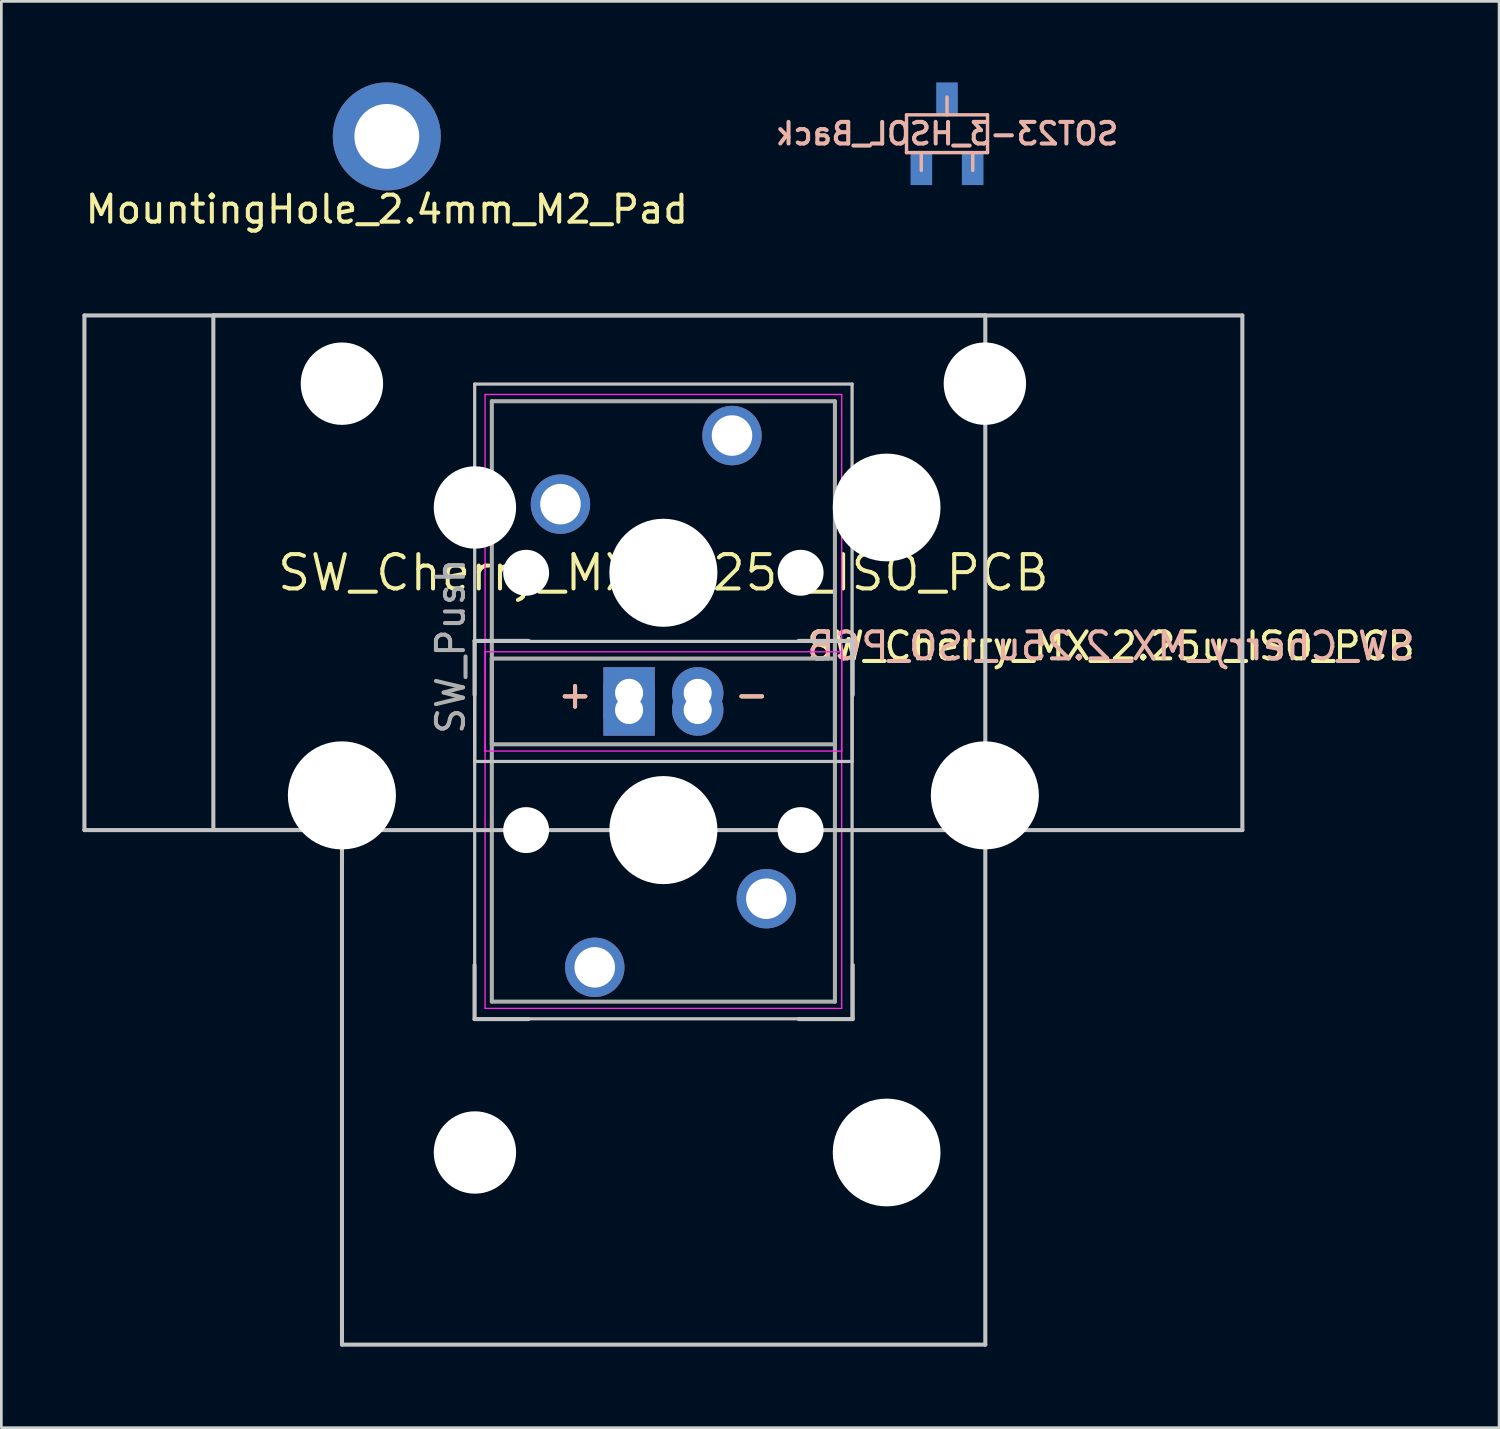
<source format=kicad_pcb>
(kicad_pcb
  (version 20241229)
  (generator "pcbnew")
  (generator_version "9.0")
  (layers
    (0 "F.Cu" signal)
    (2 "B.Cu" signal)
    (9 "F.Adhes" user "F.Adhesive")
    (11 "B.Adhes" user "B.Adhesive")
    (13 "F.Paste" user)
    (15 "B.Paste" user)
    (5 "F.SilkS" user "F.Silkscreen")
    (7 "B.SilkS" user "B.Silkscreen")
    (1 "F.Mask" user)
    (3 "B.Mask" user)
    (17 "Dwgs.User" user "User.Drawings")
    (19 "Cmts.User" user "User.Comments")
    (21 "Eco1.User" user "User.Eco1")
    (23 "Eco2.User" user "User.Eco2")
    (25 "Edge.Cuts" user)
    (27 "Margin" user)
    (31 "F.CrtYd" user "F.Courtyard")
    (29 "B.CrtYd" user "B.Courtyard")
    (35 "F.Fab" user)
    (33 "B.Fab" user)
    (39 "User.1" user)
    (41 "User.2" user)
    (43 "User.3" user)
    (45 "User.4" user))
  (footprint "SW_Cherry_MX_2.25u_ISO_PCB"
    (layer "F.Cu")
    (at 21.506 18.152)
    (property "Reference" "SW_Cherry_MX_2.25u_ISO_PCB" (at 0 0 0) (layer "F.SilkS") (effects (font (size 1.27 1.27) (thickness 0.15))))
    (attr through_hole)
    (fp_line (start -21.431 -9.525) (end 21.431 -9.525) (stroke (width 0.15) (type solid)) (layer "Dwgs.User"))
    (fp_line (start -21.431 9.525) (end -21.431 -9.525) (stroke (width 0.15) (type solid)) (layer "Dwgs.User"))
    (fp_line (start -16.659 -9.529) (end -16.659 9.521) (stroke (width 0.15) (type solid)) (layer "Dwgs.User"))
    (fp_line (start -16.659 -9.529) (end 11.916 -9.529) (stroke (width 0.15) (type solid)) (layer "Dwgs.User"))
    (fp_line (start -11.897 9.521) (end -16.659 9.521) (stroke (width 0.15) (type solid)) (layer "Dwgs.User"))
    (fp_line (start -11.897 28.571) (end -11.897 9.521) (stroke (width 0.15) (type solid)) (layer "Dwgs.User"))
    (fp_line (start -11.897 28.571) (end 11.916 28.571) (stroke (width 0.15) (type solid)) (layer "Dwgs.User"))
    (fp_line (start -6.991 2.521) (end -6.991 4.521) (stroke (width 0.15) (type solid)) (layer "Dwgs.User"))
    (fp_line (start -6.991 14.521) (end -6.991 16.521) (stroke (width 0.15) (type solid)) (layer "Dwgs.User"))
    (fp_line (start -6.991 16.521) (end -4.991 16.521) (stroke (width 0.15) (type solid)) (layer "Dwgs.User"))
    (fp_line (start -6.985 -6.985) (end 6.985 -6.985) (stroke (width 0.12) (type solid)) (layer "Dwgs.User"))
    (fp_line (start -6.985 2.54) (end 6.985 2.54) (stroke (width 0.12) (type solid)) (layer "Dwgs.User"))
    (fp_line (start -6.985 6.985) (end -6.985 -6.985) (stroke (width 0.12) (type solid)) (layer "Dwgs.User"))
    (fp_line (start -6.985 16.51) (end -6.985 2.54) (stroke (width 0.12) (type solid)) (layer "Dwgs.User"))
    (fp_line (start -4.991 2.521) (end -6.991 2.521) (stroke (width 0.15) (type solid)) (layer "Dwgs.User"))
    (fp_line (start 5.009 2.521) (end 7.009 2.521) (stroke (width 0.15) (type solid)) (layer "Dwgs.User"))
    (fp_line (start 5.009 16.521) (end 7.009 16.521) (stroke (width 0.15) (type solid)) (layer "Dwgs.User"))
    (fp_line (start 6.985 -6.985) (end 6.985 6.985) (stroke (width 0.12) (type solid)) (layer "Dwgs.User"))
    (fp_line (start 6.985 2.54) (end 6.985 16.51) (stroke (width 0.12) (type solid)) (layer "Dwgs.User"))
    (fp_line (start 6.985 6.985) (end -6.985 6.985) (stroke (width 0.12) (type solid)) (layer "Dwgs.User"))
    (fp_line (start 6.985 16.51) (end -6.985 16.51) (stroke (width 0.12) (type solid)) (layer "Dwgs.User"))
    (fp_line (start 7.009 2.521) (end 7.009 4.521) (stroke (width 0.15) (type solid)) (layer "Dwgs.User"))
    (fp_line (start 7.009 16.521) (end 7.009 14.521) (stroke (width 0.15) (type solid)) (layer "Dwgs.User"))
    (fp_line (start 11.916 -9.529) (end 11.916 28.571) (stroke (width 0.15) (type solid)) (layer "Dwgs.User"))
    (fp_line (start 21.431 -9.525) (end 21.431 9.525) (stroke (width 0.15) (type solid)) (layer "Dwgs.User"))
    (fp_line (start 21.431 9.525) (end -21.431 9.525) (stroke (width 0.15) (type solid)) (layer "Dwgs.User"))
    (fp_line (start -16.129 -2.286) (end -15.265 -2.286) (stroke (width 0.05) (type solid)) (layer "Eco1.User"))
    (fp_line (start -16.129 0.508) (end -16.129 -2.286) (stroke (width 0.05) (type solid)) (layer "Eco1.User"))
    (fp_line (start -15.265 -5.69) (end -8.611 -5.69) (stroke (width 0.05) (type solid)) (layer "Eco1.User"))
    (fp_line (start -15.265 -2.286) (end -15.265 -5.69) (stroke (width 0.05) (type solid)) (layer "Eco1.User"))
    (fp_line (start -15.265 0.508) (end -16.129 0.508) (stroke (width 0.05) (type solid)) (layer "Eco1.User"))
    (fp_line (start -15.265 6.604) (end -15.265 0.508) (stroke (width 0.05) (type solid)) (layer "Eco1.User"))
    (fp_line (start -14.224 6.604) (end -15.265 6.604) (stroke (width 0.05) (type solid)) (layer "Eco1.User"))
    (fp_line (start -14.224 7.772) (end -14.224 6.604) (stroke (width 0.05) (type solid)) (layer "Eco1.User"))
    (fp_line (start -9.652 6.604) (end -9.652 7.772) (stroke (width 0.05) (type solid)) (layer "Eco1.User"))
    (fp_line (start -9.652 7.772) (end -14.224 7.772) (stroke (width 0.05) (type solid)) (layer "Eco1.User"))
    (fp_line (start -8.611 -5.69) (end -8.611 -4.877) (stroke (width 0.05) (type solid)) (layer "Eco1.User"))
    (fp_line (start -8.611 -4.877) (end -6.985 -4.877) (stroke (width 0.05) (type solid)) (layer "Eco1.User"))
    (fp_line (start -8.611 5.817) (end -8.611 6.604) (stroke (width 0.05) (type solid)) (layer "Eco1.User"))
    (fp_line (start -8.611 6.604) (end -9.652 6.604) (stroke (width 0.05) (type solid)) (layer "Eco1.User"))
    (fp_line (start -6.985 -6.985) (end 7 -6.985) (stroke (width 0.05) (type solid)) (layer "Eco1.User"))
    (fp_line (start -6.985 -4.877) (end -6.985 -6.985) (stroke (width 0.05) (type solid)) (layer "Eco1.User"))
    (fp_line (start -6.985 5.817) (end -8.611 5.817) (stroke (width 0.05) (type solid)) (layer "Eco1.User"))
    (fp_line (start -6.985 16.51) (end -6.985 5.817) (stroke (width 0.05) (type solid)) (layer "Eco1.User"))
    (fp_line (start -5.69 18.136) (end -4.877 18.136) (stroke (width 0.05) (type solid)) (layer "Eco1.User"))
    (fp_line (start -5.69 24.79) (end -5.69 18.136) (stroke (width 0.05) (type solid)) (layer "Eco1.User"))
    (fp_line (start -4.877 16.51) (end -6.985 16.51) (stroke (width 0.05) (type solid)) (layer "Eco1.User"))
    (fp_line (start -4.877 18.136) (end -4.877 16.51) (stroke (width 0.05) (type solid)) (layer "Eco1.User"))
    (fp_line (start -2.286 24.79) (end -5.69 24.79) (stroke (width 0.05) (type solid)) (layer "Eco1.User"))
    (fp_line (start -2.286 25.654) (end -2.286 24.79) (stroke (width 0.05) (type solid)) (layer "Eco1.User"))
    (fp_line (start 0.508 24.79) (end 0.508 25.654) (stroke (width 0.05) (type solid)) (layer "Eco1.User"))
    (fp_line (start 0.508 25.654) (end -2.286 25.654) (stroke (width 0.05) (type solid)) (layer "Eco1.User"))
    (fp_line (start 5.817 16.51) (end 5.817 18.136) (stroke (width 0.05) (type solid)) (layer "Eco1.User"))
    (fp_line (start 5.817 18.136) (end 6.604 18.136) (stroke (width 0.05) (type solid)) (layer "Eco1.User"))
    (fp_line (start 6.604 18.136) (end 6.604 19.177) (stroke (width 0.05) (type solid)) (layer "Eco1.User"))
    (fp_line (start 6.604 19.177) (end 7.772 19.177) (stroke (width 0.05) (type solid)) (layer "Eco1.User"))
    (fp_line (start 6.604 23.749) (end 6.604 24.79) (stroke (width 0.05) (type solid)) (layer "Eco1.User"))
    (fp_line (start 6.604 24.79) (end 0.508 24.79) (stroke (width 0.05) (type solid)) (layer "Eco1.User"))
    (fp_line (start 7 -6.985) (end 7 -4.877) (stroke (width 0.05) (type solid)) (layer "Eco1.User"))
    (fp_line (start 7 -4.877) (end 8.611 -4.877) (stroke (width 0.05) (type solid)) (layer "Eco1.User"))
    (fp_line (start 7 5.817) (end 7 16.51) (stroke (width 0.05) (type solid)) (layer "Eco1.User"))
    (fp_line (start 7 16.51) (end 5.817 16.51) (stroke (width 0.05) (type solid)) (layer "Eco1.User"))
    (fp_line (start 7.772 19.177) (end 7.772 23.749) (stroke (width 0.05) (type solid)) (layer "Eco1.User"))
    (fp_line (start 7.772 23.749) (end 6.604 23.749) (stroke (width 0.05) (type solid)) (layer "Eco1.User"))
    (fp_line (start 8.611 -5.69) (end 15.265 -5.69) (stroke (width 0.05) (type solid)) (layer "Eco1.User"))
    (fp_line (start 8.611 -4.877) (end 8.611 -5.69) (stroke (width 0.05) (type solid)) (layer "Eco1.User"))
    (fp_line (start 8.611 5.817) (end 7 5.817) (stroke (width 0.05) (type solid)) (layer "Eco1.User"))
    (fp_line (start 8.611 6.604) (end 8.611 5.817) (stroke (width 0.05) (type solid)) (layer "Eco1.User"))
    (fp_line (start 9.652 6.604) (end 8.611 6.604) (stroke (width 0.05) (type solid)) (layer "Eco1.User"))
    (fp_line (start 9.652 7.772) (end 9.652 6.604) (stroke (width 0.05) (type solid)) (layer "Eco1.User"))
    (fp_line (start 14.224 6.604) (end 14.224 7.772) (stroke (width 0.05) (type solid)) (layer "Eco1.User"))
    (fp_line (start 14.224 7.772) (end 9.652 7.772) (stroke (width 0.05) (type solid)) (layer "Eco1.User"))
    (fp_line (start 15.265 -5.69) (end 15.265 -2.286) (stroke (width 0.05) (type solid)) (layer "Eco1.User"))
    (fp_line (start 15.265 -2.286) (end 16.129 -2.286) (stroke (width 0.05) (type solid)) (layer "Eco1.User"))
    (fp_line (start 15.265 0.508) (end 15.265 6.604) (stroke (width 0.05) (type solid)) (layer "Eco1.User"))
    (fp_line (start 15.265 6.604) (end 14.224 6.604) (stroke (width 0.05) (type solid)) (layer "Eco1.User"))
    (fp_line (start 16.129 -2.286) (end 16.129 0.508) (stroke (width 0.05) (type solid)) (layer "Eco1.User"))
    (fp_line (start 16.129 0.508) (end 15.265 0.508) (stroke (width 0.05) (type solid)) (layer "Eco1.User"))
    (fp_line (start -6.6 -6.6) (end 6.6 -6.6) (stroke (width 0.05) (type solid)) (layer "F.CrtYd"))
    (fp_line (start -6.6 2.925) (end 6.6 2.925) (stroke (width 0.05) (type solid)) (layer "F.CrtYd"))
    (fp_line (start -6.6 6.6) (end -6.6 -6.6) (stroke (width 0.05) (type solid)) (layer "F.CrtYd"))
    (fp_line (start -6.6 16.125) (end -6.6 2.925) (stroke (width 0.05) (type solid)) (layer "F.CrtYd"))
    (fp_line (start 6.6 -6.6) (end 6.6 6.6) (stroke (width 0.05) (type solid)) (layer "F.CrtYd"))
    (fp_line (start 6.6 2.925) (end 6.6 16.125) (stroke (width 0.05) (type solid)) (layer "F.CrtYd"))
    (fp_line (start 6.6 6.6) (end -6.6 6.6) (stroke (width 0.05) (type solid)) (layer "F.CrtYd"))
    (fp_line (start 6.6 16.125) (end -6.6 16.125) (stroke (width 0.05) (type solid)) (layer "F.CrtYd"))
    (fp_line (start -6.35 -6.35) (end 6.35 -6.35) (stroke (width 0.15) (type solid)) (layer "F.Fab"))
    (fp_line (start -6.35 3.175) (end 6.35 3.175) (stroke (width 0.15) (type solid)) (layer "F.Fab"))
    (fp_line (start -6.35 6.35) (end -6.35 -6.35) (stroke (width 0.15) (type solid)) (layer "F.Fab"))
    (fp_line (start -6.35 15.875) (end -6.35 3.175) (stroke (width 0.15) (type solid)) (layer "F.Fab"))
    (fp_line (start 6.35 -6.35) (end 6.35 6.35) (stroke (width 0.15) (type solid)) (layer "F.Fab"))
    (fp_line (start 6.35 3.175) (end 6.35 15.875) (stroke (width 0.15) (type solid)) (layer "F.Fab"))
    (fp_line (start 6.35 6.35) (end -6.35 6.35) (stroke (width 0.15) (type solid)) (layer "F.Fab"))
    (fp_line (start 6.35 15.875) (end -6.35 15.875) (stroke (width 0.15) (type solid)) (layer "F.Fab"))
    (fp_text user "+" (at -3.27 4.5 0) (layer "F.SilkS") (effects (font (size 1 1) (thickness 0.15))))
    (fp_text user "${REFERENCE}" (at 16.57 2.714 0) (layer "F.SilkS") (effects (font (size 1 1) (thickness 0.15))))
    (fp_text user "-" (at 3.27 4.5 0) (layer "F.SilkS") (effects (font (size 1 1) (thickness 0.15))))
    (fp_text user "+" (at -3.27 4.5 0) (layer "B.SilkS") (effects (font (size 1 1) (thickness 0.15))))
    (fp_text user "-" (at 3.27 4.5 0) (layer "B.SilkS") (effects (font (size 1 1) (thickness 0.15))))
    (fp_text user "${REFERENCE}" (at 16.57 2.714 0) (layer "B.SilkS") (effects (font (size 1 1) (thickness 0.15)) (justify mirror)))
    (fp_text user "SW_Push" (at -7.874 2.718 90) (layer "F.Fab") (effects (font (size 1 1) (thickness 0.15))))
    (pad "" np_thru_hole circle (at -11.9 -7) (size 3.05 3.05) (drill 3.05) (layers "*.Cu" "*.Mask"))
    (pad "" np_thru_hole circle (at -11.9 8.24) (size 4 4) (drill 4) (layers "*.Cu" "*.Mask"))
    (pad "" np_thru_hole circle (at -6.976 -2.417) (size 3.048 3.048) (drill 3.048) (layers "*.Cu" "*.Mask"))
    (pad "" np_thru_hole circle (at -6.976 21.459) (size 3.048 3.048) (drill 3.048) (layers "*.Cu" "*.Mask"))
    (pad "" np_thru_hole circle (at -5.08 0) (size 1.7 1.7) (drill 1.7) (layers "*.Cu" "*.Mask"))
    (pad "" np_thru_hole circle (at -5.08 9.525 180) (size 1.7 1.7) (drill 1.7) (layers "*.Cu" "*.Mask"))
    (pad "" np_thru_hole circle (at 0 0) (size 4 4) (drill 4) (layers "*.Cu" "*.Mask"))
    (pad "" np_thru_hole circle (at 0 9.525 180) (size 4 4) (drill 4) (layers "*.Cu" "*.Mask"))
    (pad "" np_thru_hole circle (at 5.08 0) (size 1.7 1.7) (drill 1.7) (layers "*.Cu" "*.Mask"))
    (pad "" np_thru_hole circle (at 5.08 9.525 180) (size 1.7 1.7) (drill 1.7) (layers "*.Cu" "*.Mask"))
    (pad "" np_thru_hole circle (at 8.264 -2.417) (size 3.988 3.988) (drill 3.988) (layers "*.Cu" "*.Mask"))
    (pad "" np_thru_hole circle (at 8.264 21.459) (size 3.988 3.988) (drill 3.988) (layers "*.Cu" "*.Mask"))
    (pad "" np_thru_hole circle (at 11.9 -7) (size 3.05 3.05) (drill 3.05) (layers "*.Cu" "*.Mask"))
    (pad "" np_thru_hole circle (at 11.9 8.24) (size 4 4) (drill 4) (layers "*.Cu" "*.Mask"))
    (pad "1" thru_hole circle (at -2.54 14.605 180) (size 2.2 2.2) (drill 1.5) (layers "*.Cu" "*.Mask"))
    (pad "1" thru_hole circle (at 2.54 -5.08) (size 2.2 2.2) (drill 1.5) (layers "*.Cu" "*.Mask"))
    (pad "2" thru_hole circle (at -3.81 -2.54) (size 2.2 2.2) (drill 1.5) (layers "*.Cu" "*.Mask"))
    (pad "2" thru_hole circle (at 3.81 12.065 180) (size 2.2 2.2) (drill 1.5) (layers "*.Cu" "*.Mask"))
    (pad "3" thru_hole circle (at 1.27 4.445 180) (size 1.905 1.905) (drill 1.04) (layers "*.Cu" "*.Mask"))
    (pad "3" thru_hole circle (at 1.27 5.08) (size 1.905 1.905) (drill 1.04) (layers "*.Cu" "*.Mask"))
    (pad "4" thru_hole rect (at -1.27 4.445 180) (size 1.905 1.905) (drill 1.04) (layers "*.Cu" "*.Mask"))
    (pad "4" thru_hole rect (at -1.27 5.08) (size 1.905 1.905) (drill 1.04) (layers "*.Cu" "*.Mask")))
  (footprint "SOT23-3_HSOL_Back"
    (layer "F.Cu")
    (at 32.005 1.9)
    (property "Reference" "SOT23-3_HSOL_Back" (at 0 0 0) (layer "B.SilkS") (effects (font (size 0.8 0.8) (thickness 0.15)) (justify mirror)))
    (attr smd)
    (fp_line (start -1.499 -0.699) (end 1.499 -0.699) (stroke (width 0.127) (type solid)) (layer "B.SilkS"))
    (fp_line (start -1.499 0.699) (end -1.499 -0.699) (stroke (width 0.127) (type solid)) (layer "B.SilkS"))
    (fp_line (start -0.953 0.699) (end -0.953 1.359) (stroke (width 0.127) (type solid)) (layer "B.SilkS"))
    (fp_line (start 0 -0.699) (end 0 -1.359) (stroke (width 0.127) (type solid)) (layer "B.SilkS"))
    (fp_line (start 0.953 0.699) (end 0.953 1.359) (stroke (width 0.127) (type solid)) (layer "B.SilkS"))
    (fp_line (start 1.499 -0.699) (end 1.499 0.699) (stroke (width 0.127) (type solid)) (layer "B.SilkS"))
    (fp_line (start 1.499 0.699) (end -1.499 0.699) (stroke (width 0.127) (type solid)) (layer "B.SilkS"))
    (pad "1" smd rect (at 0.95 1.3) (size 0.8 1.2) (layers "B.Cu" "B.Mask" "B.Paste"))
    (pad "2" smd rect (at -0.95 1.3) (size 0.8 1.2) (layers "B.Cu" "B.Mask" "B.Paste"))
    (pad "3" smd rect (at 0 -1.3) (size 0.8 1.2) (layers "B.Cu" "B.Mask" "B.Paste")))
  (footprint "MountingHole_2.4mm_M2_Pad"
    (layer "F.Cu")
    (at 11.268 2)
    (property "Reference" "MountingHole_2.4mm_M2_Pad" (at 0 2.7 0) (layer "F.SilkS") (effects (font (size 1 1) (thickness 0.15))))
    (attr through_hole)
    (pad "" thru_hole circle (at 0 0) (size 4 4) (drill 2.4) (layers "*.Cu" "*.Mask")))
  (gr_rect
    (start -3 -3)
    (end 52.44 49.798)
    (stroke (width 0.1) (type default))
    (fill no)
    (layer "Edge.Cuts")))
</source>
